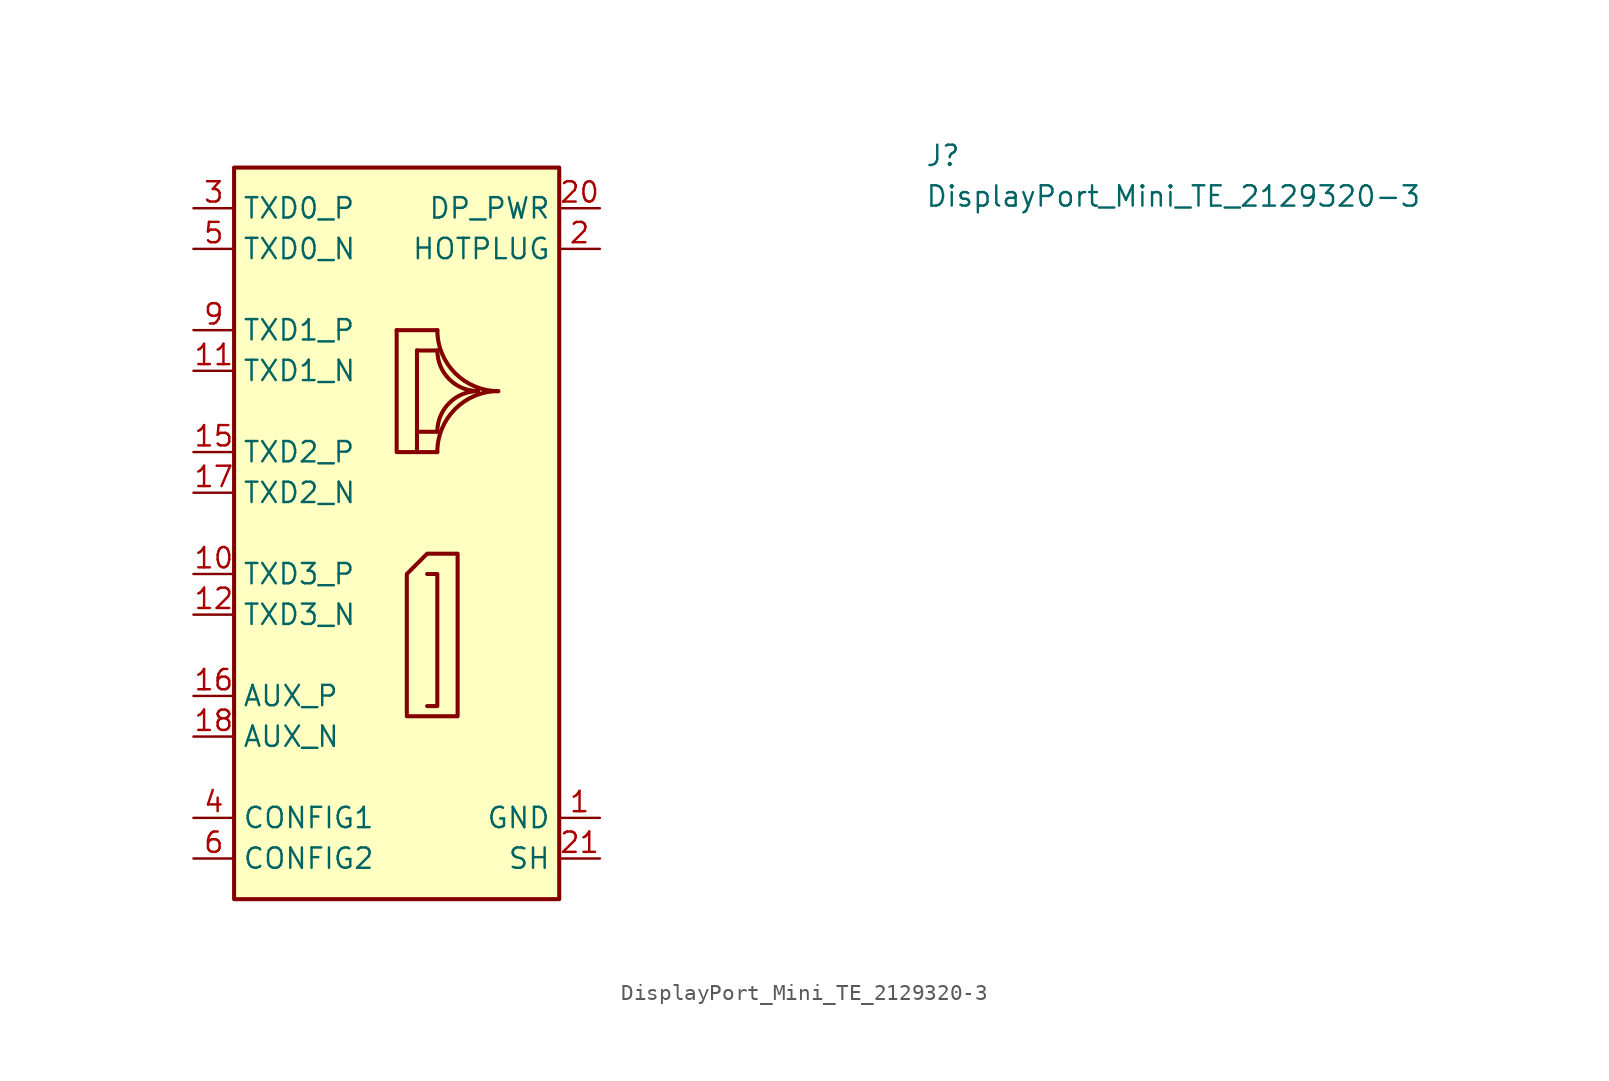
<source format=kicad_sym>
(kicad_symbol_lib
  (version 20211014)
  (generator kicad_symbol_editor)
  (symbol "DisplayPort_Mini_TE_2129320-3"
    (property "Reference" "J"
      (at 45.72 2.54 0)
      (effects (font (size 1.27 1.27) (thickness 0.15)) (justify left bottom)))
    (property "Value" "DisplayPort_Mini_TE_2129320-3"
      (at 45.72 0 0)
      (effects (font (size 1.27 1.27) (thickness 0.15)) (justify left bottom)))
    (symbol "DisplayPort_Mini_TE_2129320-3_1_1"
      (polyline (pts (xy 12.7 -7.62) (xy 15.24 -7.62)) (stroke (width 0.254) (type default) (color 0 0 0 0)) (fill (type background)))
      (polyline (pts (xy 13.97 -8.89) (xy 13.97 -15.24)) (stroke (width 0.254) (type default) (color 0 0 0 0)) (fill (type background)))
      (polyline (pts (xy 15.24 -13.97) (xy 13.97 -13.97)) (stroke (width 0.254) (type default) (color 0 0 0 0)) (fill (type background)))
      (polyline (pts (xy 15.24 -8.89) (xy 13.97 -8.89)) (stroke (width 0.254) (type default) (color 0 0 0 0)) (fill (type background)))
      (polyline (pts (xy 12.7 -7.62) (xy 12.7 -15.24) (xy 15.24 -15.24)) (stroke (width 0.254) (type default) (color 0 0 0 0)) (fill (type background)))
      (polyline (pts (xy 14.605 -31.115) (xy 15.24 -31.115) (xy 15.24 -22.86) (xy 14.605 -22.86)) (stroke (width 0.254) (type default) (color 0 0 0 0)) (fill (type background)))
      (polyline (pts (xy 13.335 -22.86) (xy 14.605 -21.59) (xy 16.51 -21.59) (xy 16.51 -31.75) (xy 13.335 -31.75) (xy 13.335 -22.86)) (stroke (width 0.254) (type default) (color 0 0 0 0)) (fill (type background)))
      (rectangle (start 2.54 2.54) (end 22.86 -43.18) (stroke (width 0.254) (type default) (color 0 0 0 0)) (fill (type background)))
      (arc (start 15.24 -8.89) (mid 13.4439 -13.2261) (end 17.78 -11.43) (stroke (width 0.254) (type default) (color 0 0 0 0)) (fill (type background)))
      (arc (start 15.24 -7.62) (mid 12.5459 -14.1241) (end 19.05 -11.43) (stroke (width 0.254) (type default) (color 0 0 0 0)) (fill (type background)))
      (arc (start 17.78 -11.43) (mid 13.4439 -9.6339) (end 15.24 -13.97) (stroke (width 0.254) (type default) (color 0 0 0 0)) (fill (type background)))
      (arc (start 19.05 -11.43) (mid 12.5459 -8.7359) (end 15.24 -15.24) (stroke (width 0.254) (type default) (color 0 0 0 0)) (fill (type background)))
      (pin passive line (at 25.4 -38.1 180) (length 2.54) (name "GND" (effects (font (size 1.27 1.27)))) (number "1" (effects (font (size 1.27 1.27)))))
      (pin passive line (at 0 -22.86 0) (length 2.54) (name "TXD3_P" (effects (font (size 1.27 1.27)))) (number "10" (effects (font (size 1.27 1.27)))))
      (pin passive line (at 0 -10.16 0) (length 2.54) (name "TXD1_N" (effects (font (size 1.27 1.27)))) (number "11" (effects (font (size 1.27 1.27)))))
      (pin passive line (at 0 -25.4 0) (length 2.54) (name "TXD3_N" (effects (font (size 1.27 1.27)))) (number "12" (effects (font (size 1.27 1.27)))))
      (pin passive line (at 25.4 -38.1 180) (length 2.54) hide (name "GND" (effects (font (size 1.27 1.27)))) (number "13" (effects (font (size 1.27 1.27)))))
      (pin passive line (at 25.4 -38.1 180) (length 2.54) hide (name "GND" (effects (font (size 1.27 1.27)))) (number "14" (effects (font (size 1.27 1.27)))))
      (pin passive line (at 0 -15.24 0) (length 2.54) (name "TXD2_P" (effects (font (size 1.27 1.27)))) (number "15" (effects (font (size 1.27 1.27)))))
      (pin passive line (at 0 -30.48 0) (length 2.54) (name "AUX_P" (effects (font (size 1.27 1.27)))) (number "16" (effects (font (size 1.27 1.27)))))
      (pin passive line (at 0 -17.78 0) (length 2.54) (name "TXD2_N" (effects (font (size 1.27 1.27)))) (number "17" (effects (font (size 1.27 1.27)))))
      (pin passive line (at 0 -33.02 0) (length 2.54) (name "AUX_N" (effects (font (size 1.27 1.27)))) (number "18" (effects (font (size 1.27 1.27)))))
      (pin passive line (at 25.4 -38.1 180) (length 2.54) hide (name "GND" (effects (font (size 1.27 1.27)))) (number "19" (effects (font (size 1.27 1.27)))))
      (pin passive line (at 25.4 -2.54 180) (length 2.54) (name "HOTPLUG" (effects (font (size 1.27 1.27)))) (number "2" (effects (font (size 1.27 1.27)))))
      (pin passive line (at 25.4 0 180) (length 2.54) (name "DP_PWR" (effects (font (size 1.27 1.27)))) (number "20" (effects (font (size 1.27 1.27)))))
      (pin passive line (at 25.4 -40.64 180) (length 2.54) (name "SH" (effects (font (size 1.27 1.27)))) (number "21" (effects (font (size 1.27 1.27)))))
      (pin passive line (at 25.4 -40.64 180) (length 2.54) hide (name "SH" (effects (font (size 1.27 1.27)))) (number "22" (effects (font (size 1.27 1.27)))))
      (pin passive line (at 25.4 -40.64 180) (length 2.54) hide (name "SH" (effects (font (size 1.27 1.27)))) (number "23" (effects (font (size 1.27 1.27)))))
      (pin passive line (at 25.4 -40.64 180) (length 2.54) hide (name "SH" (effects (font (size 1.27 1.27)))) (number "24" (effects (font (size 1.27 1.27)))))
      (pin passive line (at 0 0 0) (length 2.54) (name "TXD0_P" (effects (font (size 1.27 1.27)))) (number "3" (effects (font (size 1.27 1.27)))))
      (pin passive line (at 0 -38.1 0) (length 2.54) (name "CONFIG1" (effects (font (size 1.27 1.27)))) (number "4" (effects (font (size 1.27 1.27)))))
      (pin passive line (at 0 -2.54 0) (length 2.54) (name "TXD0_N" (effects (font (size 1.27 1.27)))) (number "5" (effects (font (size 1.27 1.27)))))
      (pin passive line (at 0 -40.64 0) (length 2.54) (name "CONFIG2" (effects (font (size 1.27 1.27)))) (number "6" (effects (font (size 1.27 1.27)))))
      (pin passive line (at 25.4 -38.1 180) (length 2.54) hide (name "GND" (effects (font (size 1.27 1.27)))) (number "7" (effects (font (size 1.27 1.27)))))
      (pin passive line (at 25.4 -38.1 180) (length 2.54) hide (name "GND" (effects (font (size 1.27 1.27)))) (number "8" (effects (font (size 1.27 1.27)))))
      (pin passive line (at 0 -7.62 0) (length 2.54) (name "TXD1_P" (effects (font (size 1.27 1.27)))) (number "9" (effects (font (size 1.27 1.27))))))))
</source>
